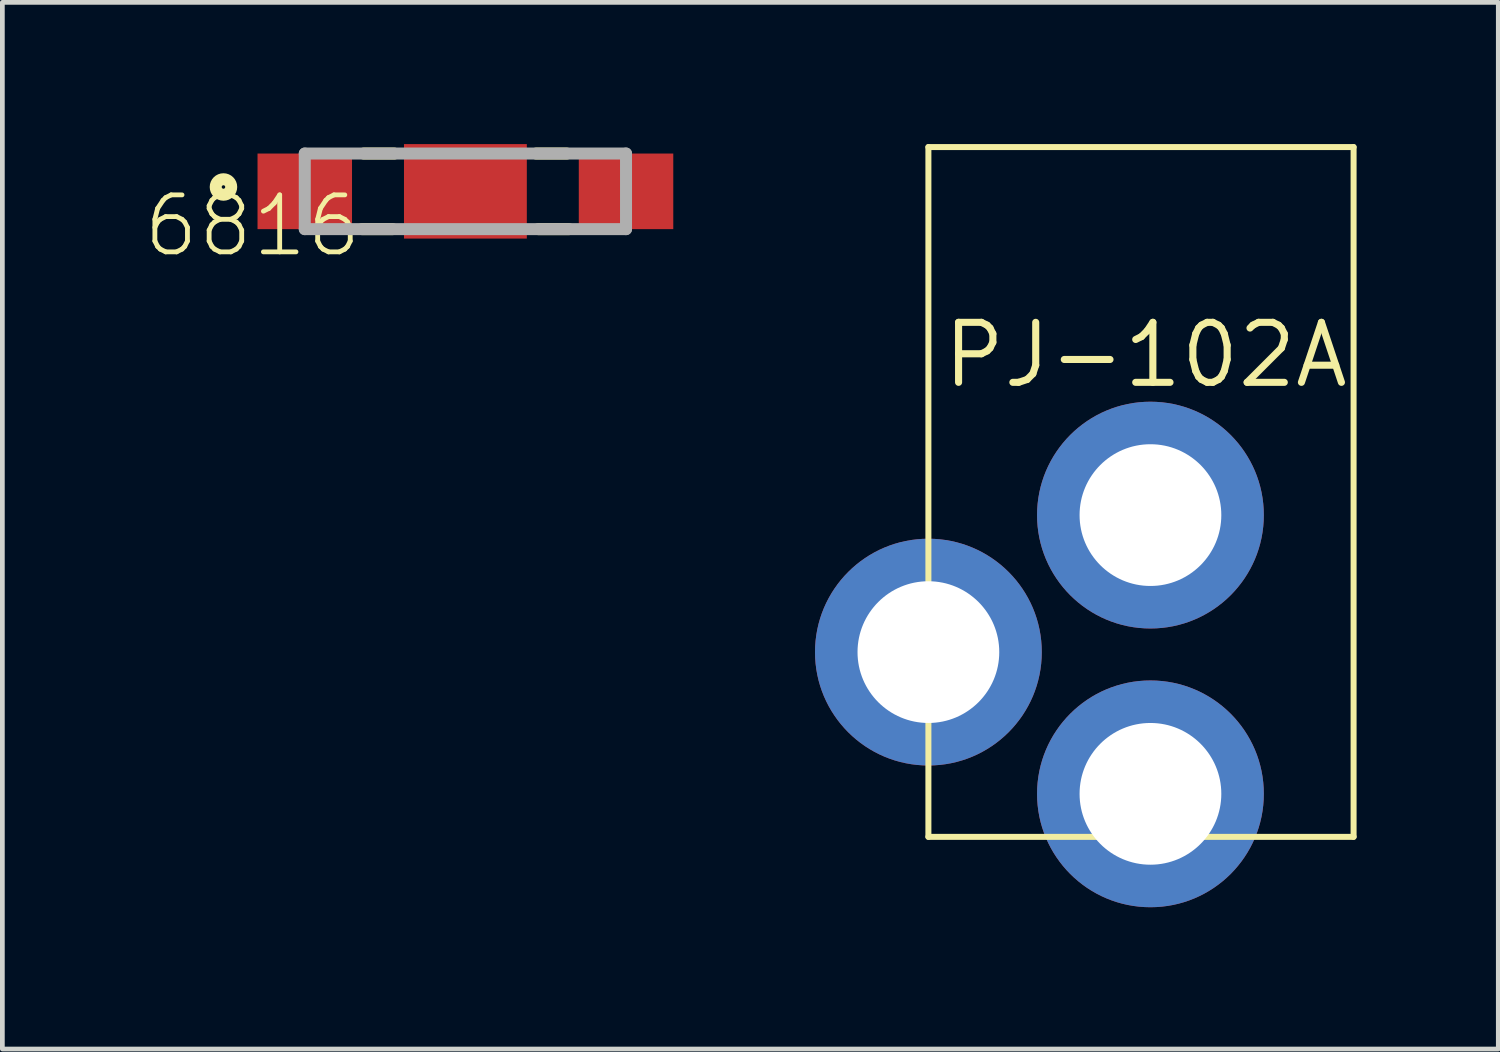
<source format=kicad_pcb>
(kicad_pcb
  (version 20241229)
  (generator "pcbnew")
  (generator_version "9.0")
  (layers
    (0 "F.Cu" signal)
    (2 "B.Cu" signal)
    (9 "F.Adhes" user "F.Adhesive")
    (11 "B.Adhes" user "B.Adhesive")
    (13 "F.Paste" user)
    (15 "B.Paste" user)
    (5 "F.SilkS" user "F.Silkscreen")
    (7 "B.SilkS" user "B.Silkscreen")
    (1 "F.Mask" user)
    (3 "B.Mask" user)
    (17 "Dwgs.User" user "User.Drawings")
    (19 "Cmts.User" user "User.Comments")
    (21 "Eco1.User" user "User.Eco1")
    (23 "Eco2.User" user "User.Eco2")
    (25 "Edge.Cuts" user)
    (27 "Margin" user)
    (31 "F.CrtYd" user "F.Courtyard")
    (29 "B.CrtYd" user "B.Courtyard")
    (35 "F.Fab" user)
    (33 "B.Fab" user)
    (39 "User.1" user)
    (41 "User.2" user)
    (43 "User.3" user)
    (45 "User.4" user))
  (footprint "PJ-102A"
    (layer "F.Cu")
    (at 21.201 4.463)
    (property "Reference" "PJ-102A" (at 0 0 0) (layer "F.SilkS") (effects (font (size 1.27 1.27) (thickness 0.15))))
    (attr through_hole)
    (fp_line (start -4.6 -4.4) (end 4.4 -4.4) (stroke (width 0.127) (type solid)) (layer "F.SilkS"))
    (fp_line (start -4.6 10.2) (end -4.6 -4.4) (stroke (width 0.127) (type solid)) (layer "F.SilkS"))
    (fp_line (start 4.4 -4.4) (end 4.4 10.2) (stroke (width 0.127) (type solid)) (layer "F.SilkS"))
    (fp_line (start 4.4 10.2) (end -4.6 10.2) (stroke (width 0.127) (type solid)) (layer "F.SilkS"))
    (pad "1" thru_hole circle (at 0.1 9.29 180) (size 4.8 4.8) (drill 3) (layers "*.Cu" "*.Mask"))
    (pad "2" thru_hole circle (at 0.1 3.39 180) (size 4.8 4.8) (drill 3) (layers "*.Cu" "*.Mask"))
    (pad "3" thru_hole circle (at -4.6 6.29 180) (size 4.8 4.8) (drill 3) (layers "*.Cu" "*.Mask")))
  (footprint "6816"
    (layer "F.Cu")
    (at 6.801 1)
    (property "Reference" "6816" (at -2.141 0.023 0) (layer "F.SilkS") (effects (font (size 1.206 1.206) (thickness 0.102)) (justify right top)))
    (attr through_hole)
    (fp_line (start -2.187 0.8) (end -1.54 0.8) (stroke (width 0.254) (type solid)) (layer "F.SilkS"))
    (fp_line (start -2.152 -0.8) (end -1.505 -0.8) (stroke (width 0.254) (type solid)) (layer "F.SilkS"))
    (fp_line (start 1.498 -0.8) (end 2.145 -0.8) (stroke (width 0.254) (type solid)) (layer "F.SilkS"))
    (fp_line (start 1.544 0.8) (end 2.191 0.8) (stroke (width 0.254) (type solid)) (layer "F.SilkS"))
    (fp_circle (center -5.121 -0.092) (end -4.957 -0.092) (stroke (width 0.254) (type solid)) (fill no) (layer "F.SilkS"))
    (fp_line (start -3.4 -0.8) (end 3.4 -0.8) (stroke (width 0.254) (type solid)) (layer "F.Fab"))
    (fp_line (start -3.4 0.8) (end -3.4 -0.8) (stroke (width 0.254) (type solid)) (layer "F.Fab"))
    (fp_line (start 3.4 -0.8) (end 3.4 0.8) (stroke (width 0.254) (type solid)) (layer "F.Fab"))
    (fp_line (start 3.4 0.8) (end -3.4 0.8) (stroke (width 0.254) (type solid)) (layer "F.Fab"))
    (pad "1" smd rect (at -3.4 0) (size 2 1.6) (layers "F.Cu" "F.Mask" "F.Paste"))
    (pad "2" smd rect (at 0 0) (size 2.6 2) (layers "F.Cu" "F.Mask" "F.Paste"))
    (pad "3" smd rect (at 3.4 0) (size 2 1.6) (layers "F.Cu" "F.Mask" "F.Paste")))
  (gr_rect
    (start -3 -3)
    (end 28.664 19.154)
    (stroke (width 0.1) (type default))
    (fill no)
    (layer "Edge.Cuts")))
</source>
